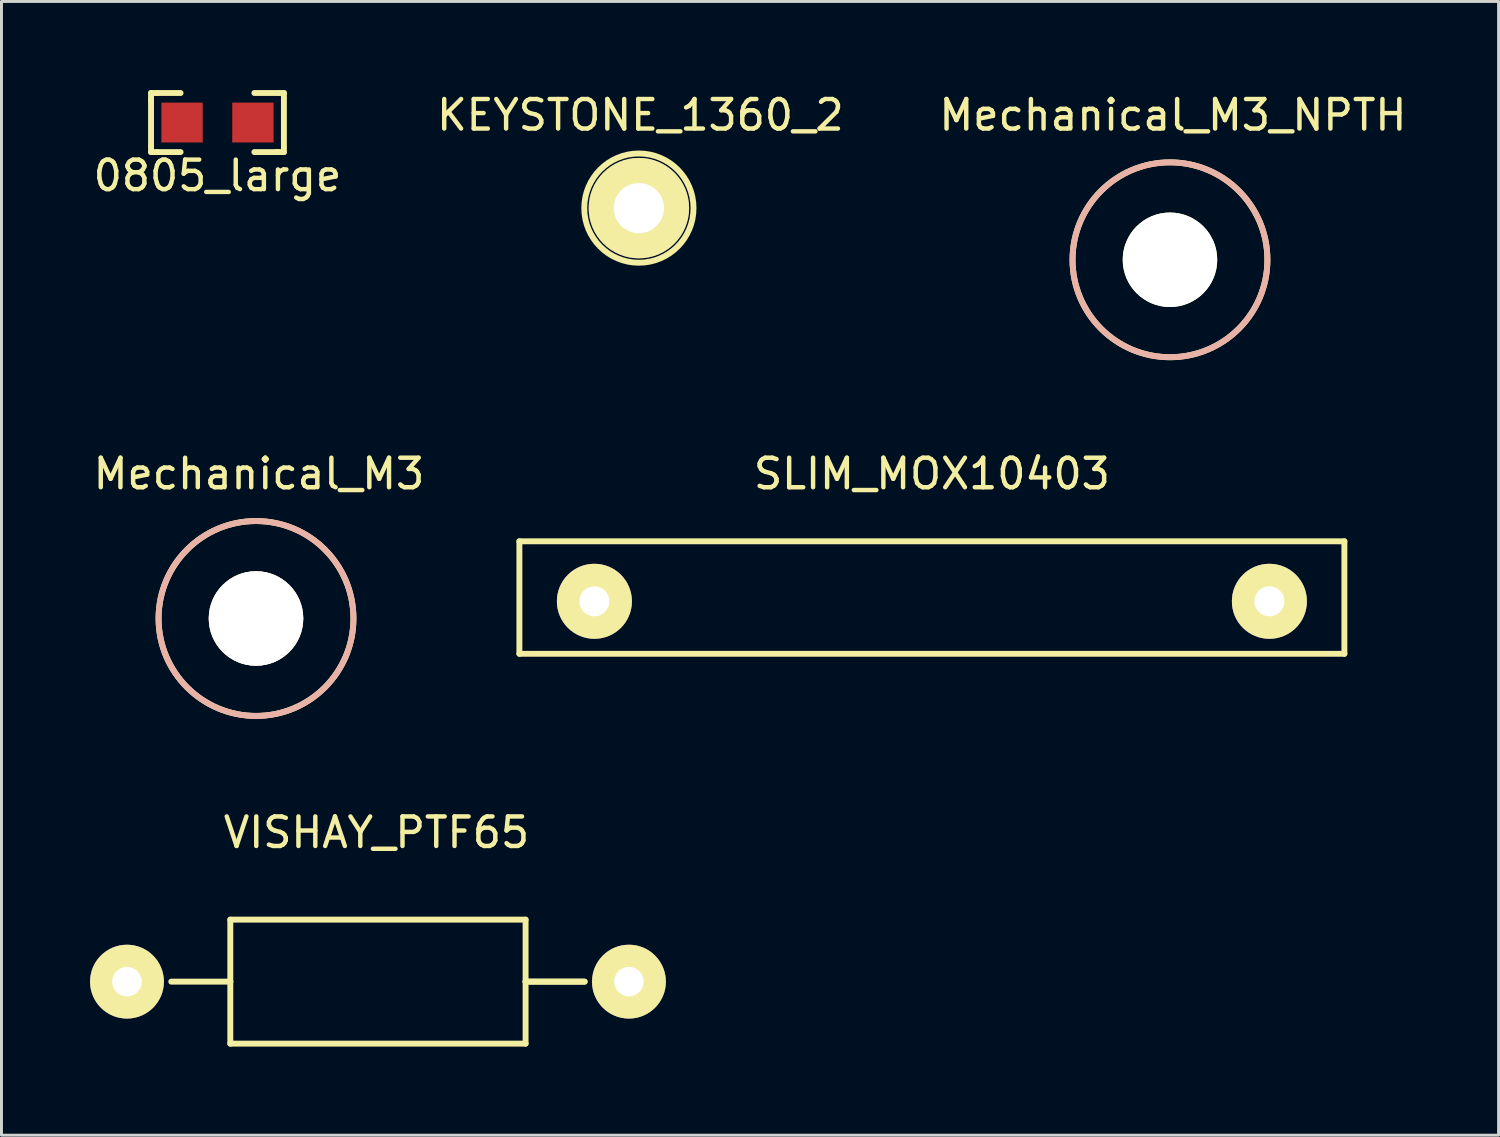
<source format=kicad_pcb>
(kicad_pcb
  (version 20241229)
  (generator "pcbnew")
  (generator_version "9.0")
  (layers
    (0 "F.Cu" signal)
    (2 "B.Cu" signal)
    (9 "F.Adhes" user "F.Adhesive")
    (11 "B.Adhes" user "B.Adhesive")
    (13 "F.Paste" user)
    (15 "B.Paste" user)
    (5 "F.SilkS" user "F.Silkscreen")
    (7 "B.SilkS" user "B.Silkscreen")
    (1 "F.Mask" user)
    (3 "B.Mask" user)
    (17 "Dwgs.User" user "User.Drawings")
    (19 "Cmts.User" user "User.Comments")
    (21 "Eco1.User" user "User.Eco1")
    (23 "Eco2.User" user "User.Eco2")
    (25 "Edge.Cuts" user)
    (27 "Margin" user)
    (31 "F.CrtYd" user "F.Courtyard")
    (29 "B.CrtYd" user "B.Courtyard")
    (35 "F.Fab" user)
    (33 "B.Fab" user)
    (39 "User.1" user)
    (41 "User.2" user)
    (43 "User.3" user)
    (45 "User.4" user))
  (footprint "Mechanical_M3_NPTH"
    (layer "F.Cu")
    (at 36.573 5.748)
    (property "Reference" "Mechanical_M3_NPTH" (at 0.1 -4.9 0) (layer "F.SilkS") (effects (font (size 1 1) (thickness 0.15))))
    (attr through_hole)
    (fp_circle (center 0 0) (end 3.3 0) (stroke (width 0.2) (type solid)) (fill no) (layer "F.SilkS"))
    (fp_circle (center 0 0) (end 3.3 0) (stroke (width 0.2) (type solid)) (fill no) (layer "B.SilkS"))
    (pad "" np_thru_hole circle (at 0 0) (size 3.2 3.2) (drill 3.2) (layers "*.Cu" "*.Mask" "F.SilkS")))
  (footprint "KEYSTONE_1360_2"
    (layer "F.Cu")
    (at 18.587 3.998)
    (property "Reference" "KEYSTONE_1360_2" (at 0.05 -3.15 0) (layer "F.SilkS") (effects (font (size 1 1) (thickness 0.15))))
    (attr through_hole)
    (fp_circle (center 0 0) (end 1.85 0) (stroke (width 0.2) (type solid)) (fill no) (layer "F.SilkS"))
    (pad "1" thru_hole circle (at 0 0) (size 3.4 3.4) (drill 1.7) (layers "*.Cu" "*.Mask" "F.SilkS")))
  (footprint "0805_large"
    (layer "F.Cu")
    (at 4.315 1.1)
    (property "Reference" "0805_large" (at 0 1.8 0) (layer "F.SilkS") (effects (font (size 1 1) (thickness 0.15))))
    (attr through_hole)
    (fp_line (start -2.25 -1) (end -2.05 -1) (stroke (width 0.2) (type solid)) (layer "F.SilkS"))
    (fp_line (start -2.25 -0.8) (end -2.25 0.8) (stroke (width 0.2) (type solid)) (layer "F.SilkS"))
    (fp_line (start -2.25 -0.75) (end -2.25 -1) (stroke (width 0.2) (type solid)) (layer "F.SilkS"))
    (fp_line (start -2.25 1) (end -2.25 0.8) (stroke (width 0.2) (type solid)) (layer "F.SilkS"))
    (fp_line (start -2.05 -1) (end -1.25 -1) (stroke (width 0.2) (type solid)) (layer "F.SilkS"))
    (fp_line (start -2.05 1) (end -2.25 1) (stroke (width 0.2) (type solid)) (layer "F.SilkS"))
    (fp_line (start -2.05 1) (end -1.25 1) (stroke (width 0.2) (type solid)) (layer "F.SilkS"))
    (fp_line (start 1.25 1) (end 2.05 1) (stroke (width 0.2) (type solid)) (layer "F.SilkS"))
    (fp_line (start 2 1) (end 2.25 1) (stroke (width 0.2) (type solid)) (layer "F.SilkS"))
    (fp_line (start 2.05 -1) (end 1.25 -1) (stroke (width 0.2) (type solid)) (layer "F.SilkS"))
    (fp_line (start 2.1 -1) (end 2.25 -1) (stroke (width 0.2) (type solid)) (layer "F.SilkS"))
    (fp_line (start 2.25 -1) (end 2.25 -0.85) (stroke (width 0.2) (type solid)) (layer "F.SilkS"))
    (fp_line (start 2.25 0.8) (end 2.25 -0.8) (stroke (width 0.2) (type solid)) (layer "F.SilkS"))
    (fp_line (start 2.25 1) (end 2.25 0.85) (stroke (width 0.2) (type solid)) (layer "F.SilkS"))
    (pad "1" smd rect (at -1.2 0) (size 1.4 1.35) (layers "F.Cu" "F.Mask" "F.Paste"))
    (pad "2" smd rect (at 1.2 0) (size 1.4 1.35) (layers "F.Cu" "F.Mask" "F.Paste")))
  (footprint "SLIM_MOX10403"
    (layer "F.Cu")
    (at 28.51 17.314)
    (property "Reference" "SLIM_MOX10403" (at 0 -4.318 0) (layer "F.SilkS") (effects (font (size 1 1) (thickness 0.15))))
    (attr through_hole)
    (fp_line (start -13.97 -2.032) (end -13.97 1.778) (stroke (width 0.2) (type solid)) (layer "F.SilkS"))
    (fp_line (start -13.97 1.778) (end 13.97 1.778) (stroke (width 0.2) (type solid)) (layer "F.SilkS"))
    (fp_line (start 13.97 -2.032) (end -13.97 -2.032) (stroke (width 0.2) (type solid)) (layer "F.SilkS"))
    (fp_line (start 13.97 1.778) (end 13.97 -2.032) (stroke (width 0.2) (type solid)) (layer "F.SilkS"))
    (pad "1" thru_hole circle (at -11.43 0) (size 2.54 2.54) (drill 1.016) (layers "*.Cu" "*.Mask" "F.SilkS"))
    (pad "2" thru_hole circle (at 11.43 0) (size 2.54 2.54) (drill 1.016) (layers "*.Cu" "*.Mask" "F.SilkS")))
  (footprint "Mechanical_M3"
    (layer "F.Cu")
    (at 5.62 17.896)
    (property "Reference" "Mechanical_M3" (at 0.1 -4.9 0) (layer "F.SilkS") (effects (font (size 1 1) (thickness 0.15))))
    (attr through_hole)
    (fp_circle (center 0 0) (end 3.3 0) (stroke (width 0.2) (type solid)) (fill no) (layer "F.SilkS"))
    (fp_circle (center 0 0) (end 3.3 0) (stroke (width 0.2) (type solid)) (fill no) (layer "B.SilkS"))
    (pad "" thru_hole circle (at 0 0) (size 3.2 3.2) (drill 3.2) (layers "*.Cu" "*.Mask" "F.SilkS")))
  (footprint "VISHAY_PTF65"
    (layer "F.Cu")
    (at 9.75 30.195)
    (property "Reference" "VISHAY_PTF65" (at -0.05 -5.05 0) (layer "F.SilkS") (effects (font (size 1 1) (thickness 0.15))))
    (attr through_hole)
    (fp_line (start -7 0) (end -5 0) (stroke (width 0.2) (type solid)) (layer "F.SilkS"))
    (fp_line (start -5 -2.1) (end 5 -2.1) (stroke (width 0.2) (type solid)) (layer "F.SilkS"))
    (fp_line (start -5 0) (end -5 -2.1) (stroke (width 0.2) (type solid)) (layer "F.SilkS"))
    (fp_line (start -5 2.1) (end -5 0) (stroke (width 0.2) (type solid)) (layer "F.SilkS"))
    (fp_line (start 5 -2.1) (end 5 0) (stroke (width 0.2) (type solid)) (layer "F.SilkS"))
    (fp_line (start 5 0) (end 5 2.1) (stroke (width 0.2) (type solid)) (layer "F.SilkS"))
    (fp_line (start 5 0) (end 7 0) (stroke (width 0.2) (type solid)) (layer "F.SilkS"))
    (fp_line (start 5 2.1) (end -5 2.1) (stroke (width 0.2) (type solid)) (layer "F.SilkS"))
    (fp_line (start 7 0) (end 5 0) (stroke (width 0.2) (type solid)) (layer "F.SilkS"))
    (pad "1" thru_hole circle (at -8.5 0) (size 2.5 2.5) (drill 1) (layers "*.Cu" "*.Mask" "F.SilkS"))
    (pad "2" thru_hole circle (at 8.5 0) (size 2.5 2.5) (drill 1) (layers "*.Cu" "*.Mask" "F.SilkS")))
  (gr_rect
    (start -3 -3)
    (end 47.702 35.395)
    (stroke (width 0.1) (type default))
    (fill no)
    (layer "Edge.Cuts")))
</source>
